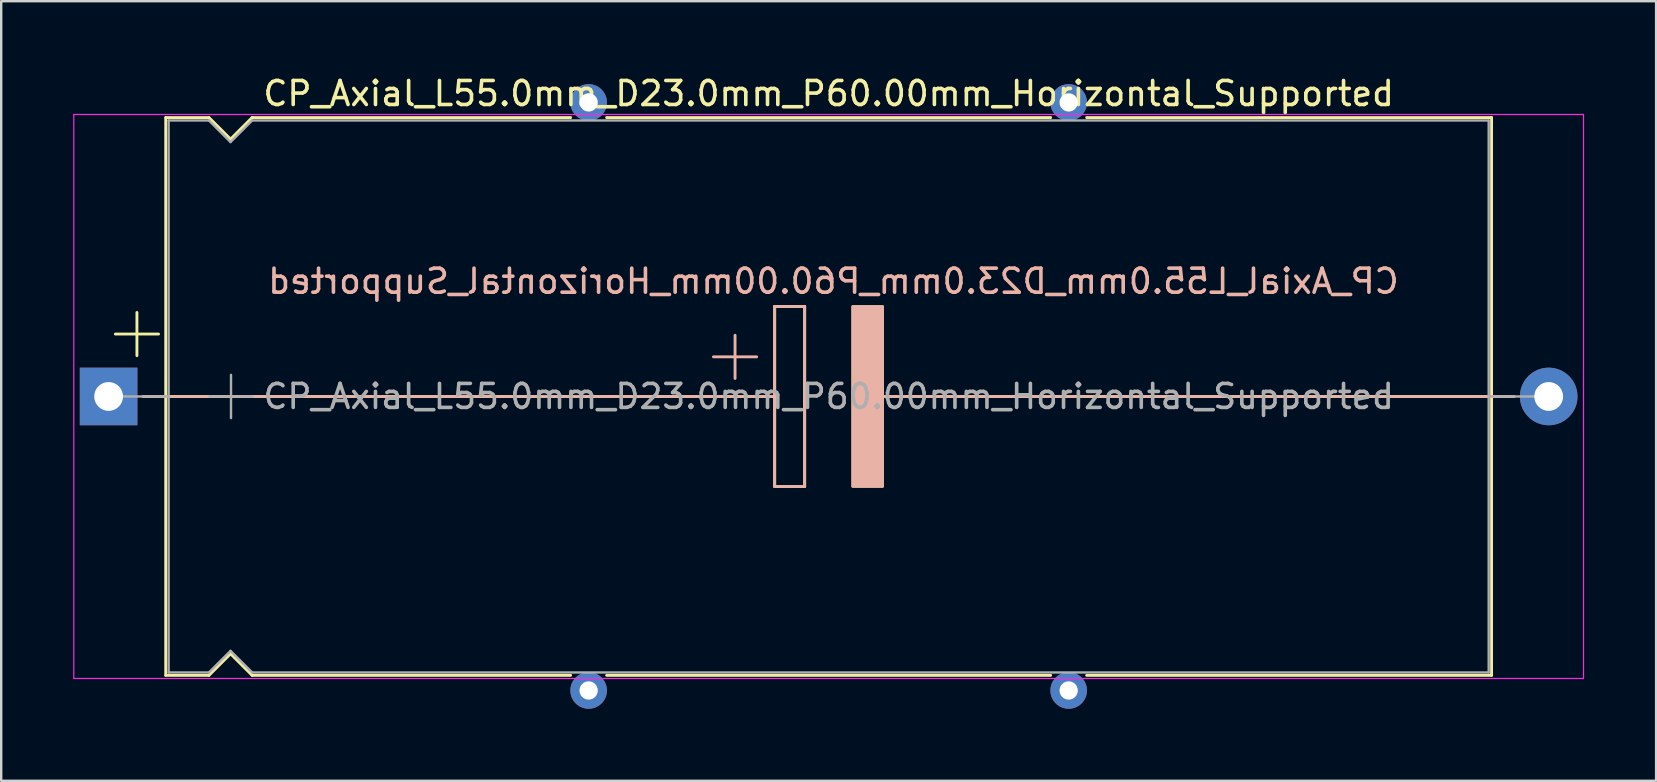
<source format=kicad_pcb>
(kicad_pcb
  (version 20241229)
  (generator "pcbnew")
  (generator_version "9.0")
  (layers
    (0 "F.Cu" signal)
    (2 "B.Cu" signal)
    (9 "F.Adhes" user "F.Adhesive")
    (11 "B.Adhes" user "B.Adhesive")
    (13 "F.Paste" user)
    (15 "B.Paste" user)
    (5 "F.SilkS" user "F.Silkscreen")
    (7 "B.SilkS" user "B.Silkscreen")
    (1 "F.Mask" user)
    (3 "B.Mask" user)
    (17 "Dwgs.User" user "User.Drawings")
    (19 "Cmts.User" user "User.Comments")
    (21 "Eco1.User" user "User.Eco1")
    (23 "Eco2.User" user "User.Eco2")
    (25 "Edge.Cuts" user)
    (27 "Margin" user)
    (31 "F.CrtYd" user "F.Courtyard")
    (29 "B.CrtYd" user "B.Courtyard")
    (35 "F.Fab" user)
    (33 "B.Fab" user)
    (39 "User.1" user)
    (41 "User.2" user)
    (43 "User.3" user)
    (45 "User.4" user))
  (footprint "CP_Axial_L55.0mm_D23.0mm_P60.00mm_Horizontal_Supported"
    (layer "F.Cu")
    (at 1.475 13.468)
    (property "Reference" "CP_Axial_L55.0mm_D23.0mm_P60.00mm_Horizontal_Supported" (at 30 -12.62 0) (layer "F.SilkS") (effects (font (size 1 1) (thickness 0.15))))
    (fp_line (start 0.28 -2.6) (end 2.08 -2.6) (stroke (width 0.12) (type solid)) (layer "F.SilkS"))
    (fp_line (start 1.18 -3.5) (end 1.18 -1.7) (stroke (width 0.12) (type solid)) (layer "F.SilkS"))
    (fp_line (start 1.44 0) (end 2.38 0) (stroke (width 0.12) (type solid)) (layer "F.SilkS"))
    (fp_line (start 2.38 -11.62) (end 2.38 11.62) (stroke (width 0.12) (type solid)) (layer "F.SilkS"))
    (fp_line (start 2.38 -11.62) (end 4.18 -11.62) (stroke (width 0.12) (type solid)) (layer "F.SilkS"))
    (fp_line (start 2.38 0) (end 27.75 0) (stroke (width 0.12) (type solid)) (layer "F.SilkS"))
    (fp_line (start 2.38 11.62) (end 4.18 11.62) (stroke (width 0.12) (type solid)) (layer "F.SilkS"))
    (fp_line (start 4.18 -11.62) (end 5.08 -10.72) (stroke (width 0.12) (type solid)) (layer "F.SilkS"))
    (fp_line (start 4.18 11.62) (end 5.08 10.72) (stroke (width 0.12) (type solid)) (layer "F.SilkS"))
    (fp_line (start 5.08 -10.72) (end 5.98 -11.62) (stroke (width 0.12) (type solid)) (layer "F.SilkS"))
    (fp_line (start 5.08 10.72) (end 5.98 11.62) (stroke (width 0.12) (type solid)) (layer "F.SilkS"))
    (fp_line (start 5.98 -11.62) (end 19.25 -11.62) (stroke (width 0.12) (type solid)) (layer "F.SilkS"))
    (fp_line (start 5.98 11.62) (end 19.25 11.62) (stroke (width 0.12) (type solid)) (layer "F.SilkS"))
    (fp_line (start 20.75 -11.62) (end 39.25 -11.62) (stroke (width 0.12) (type solid)) (layer "F.SilkS"))
    (fp_line (start 20.75 11.62) (end 39.25 11.62) (stroke (width 0.12) (type solid)) (layer "F.SilkS"))
    (fp_line (start 27.75 -3.75) (end 29 -3.75) (stroke (width 0.12) (type solid)) (layer "F.SilkS"))
    (fp_line (start 27.75 0) (end 27.75 -3.75) (stroke (width 0.12) (type solid)) (layer "F.SilkS"))
    (fp_line (start 27.75 3.75) (end 27.75 0) (stroke (width 0.12) (type solid)) (layer "F.SilkS"))
    (fp_line (start 29 -3.75) (end 29 3.75) (stroke (width 0.12) (type solid)) (layer "F.SilkS"))
    (fp_line (start 29 3.75) (end 27.75 3.75) (stroke (width 0.12) (type solid)) (layer "F.SilkS"))
    (fp_line (start 31.75 0) (end 57.62 0) (stroke (width 0.12) (type solid)) (layer "F.SilkS"))
    (fp_line (start 40.75 -11.62) (end 57.62 -11.62) (stroke (width 0.12) (type solid)) (layer "F.SilkS"))
    (fp_line (start 40.75 11.62) (end 57.62 11.62) (stroke (width 0.12) (type solid)) (layer "F.SilkS"))
    (fp_line (start 57.62 -11.62) (end 57.62 11.62) (stroke (width 0.12) (type solid)) (layer "F.SilkS"))
    (fp_line (start 58.56 0) (end 57.62 0) (stroke (width 0.12) (type solid)) (layer "F.SilkS"))
    (fp_poly (pts (xy 32.25 3.75) (xy 31 3.75) (xy 31 -3.75) (xy 32.25 -3.75)) (stroke (width 0.1) (type solid)) (fill yes) (layer "F.SilkS"))
    (fp_line (start 1.45 0) (end 20.88 0) (stroke (width 0.12) (type solid)) (layer "B.SilkS"))
    (fp_line (start 20.88 0) (end 27.75 0) (stroke (width 0.12) (type solid)) (layer "B.SilkS"))
    (fp_line (start 26.1 -2.55) (end 26.1 -0.75) (stroke (width 0.12) (type solid)) (layer "B.SilkS"))
    (fp_line (start 27 -1.65) (end 25.2 -1.65) (stroke (width 0.12) (type solid)) (layer "B.SilkS"))
    (fp_line (start 27.75 -3.75) (end 29 -3.75) (stroke (width 0.12) (type solid)) (layer "B.SilkS"))
    (fp_line (start 27.75 0) (end 27.75 -3.75) (stroke (width 0.12) (type solid)) (layer "B.SilkS"))
    (fp_line (start 27.75 3.75) (end 27.75 0) (stroke (width 0.12) (type solid)) (layer "B.SilkS"))
    (fp_line (start 29 -3.75) (end 29 3.75) (stroke (width 0.12) (type solid)) (layer "B.SilkS"))
    (fp_line (start 29 3.75) (end 27.75 3.75) (stroke (width 0.12) (type solid)) (layer "B.SilkS"))
    (fp_line (start 32.25 0) (end 39.12 0) (stroke (width 0.12) (type solid)) (layer "B.SilkS"))
    (fp_line (start 58.55 0) (end 39.12 0) (stroke (width 0.12) (type solid)) (layer "B.SilkS"))
    (fp_poly (pts (xy 32.25 3.75) (xy 31 3.75) (xy 31 -3.75) (xy 32.25 -3.75)) (stroke (width 0.1) (type solid)) (fill yes) (layer "B.SilkS"))
    (fp_line (start -1.45 -11.75) (end -1.45 11.75) (stroke (width 0.05) (type solid)) (layer "F.CrtYd"))
    (fp_line (start -1.45 11.75) (end 61.45 11.75) (stroke (width 0.05) (type solid)) (layer "F.CrtYd"))
    (fp_line (start 61.45 -11.75) (end -1.45 -11.75) (stroke (width 0.05) (type solid)) (layer "F.CrtYd"))
    (fp_line (start 61.45 11.75) (end 61.45 -11.75) (stroke (width 0.05) (type solid)) (layer "F.CrtYd"))
    (fp_line (start 0 0) (end 2.5 0) (stroke (width 0.1) (type solid)) (layer "F.Fab"))
    (fp_line (start 2.5 -11.5) (end 2.5 11.5) (stroke (width 0.1) (type solid)) (layer "F.Fab"))
    (fp_line (start 2.5 -11.5) (end 4.18 -11.5) (stroke (width 0.1) (type solid)) (layer "F.Fab"))
    (fp_line (start 2.5 11.5) (end 4.18 11.5) (stroke (width 0.1) (type solid)) (layer "F.Fab"))
    (fp_line (start 4.18 -11.5) (end 5.08 -10.6) (stroke (width 0.1) (type solid)) (layer "F.Fab"))
    (fp_line (start 4.18 11.5) (end 5.08 10.6) (stroke (width 0.1) (type solid)) (layer "F.Fab"))
    (fp_line (start 4.2 0) (end 6 0) (stroke (width 0.1) (type solid)) (layer "F.Fab"))
    (fp_line (start 5.08 -10.6) (end 5.98 -11.5) (stroke (width 0.1) (type solid)) (layer "F.Fab"))
    (fp_line (start 5.08 10.6) (end 5.98 11.5) (stroke (width 0.1) (type solid)) (layer "F.Fab"))
    (fp_line (start 5.1 -0.9) (end 5.1 0.9) (stroke (width 0.1) (type solid)) (layer "F.Fab"))
    (fp_line (start 5.98 -11.5) (end 57.5 -11.5) (stroke (width 0.1) (type solid)) (layer "F.Fab"))
    (fp_line (start 5.98 11.5) (end 57.5 11.5) (stroke (width 0.1) (type solid)) (layer "F.Fab"))
    (fp_line (start 57.5 -11.5) (end 57.5 11.5) (stroke (width 0.1) (type solid)) (layer "F.Fab"))
    (fp_line (start 60 0) (end 57.5 0) (stroke (width 0.1) (type solid)) (layer "F.Fab"))
    (fp_text user "${REFERENCE}" (at 30.2 -4.8 0) (layer "B.SilkS") (effects (font (size 1 1) (thickness 0.15)) (justify mirror)))
    (fp_text user "${REFERENCE}" (at 30 0 0) (layer "F.Fab") (effects (font (size 1 1) (thickness 0.15))))
    (pad "" thru_hole circle (at 20 -12.25) (size 1.524 1.524) (drill 0.762) (layers "*.Cu" "*.Mask"))
    (pad "" thru_hole circle (at 20 12.25) (size 1.524 1.524) (drill 0.762) (layers "*.Cu" "*.Mask"))
    (pad "" thru_hole circle (at 40 -12.25) (size 1.524 1.524) (drill 0.762) (layers "*.Cu" "*.Mask"))
    (pad "" thru_hole circle (at 40 12.25) (size 1.524 1.524) (drill 0.762) (layers "*.Cu" "*.Mask"))
    (pad "1" thru_hole rect (at 0 0) (size 2.4 2.4) (drill 1.2) (layers "*.Cu" "*.Mask"))
    (pad "2" thru_hole oval (at 60 0) (size 2.4 2.4) (drill 1.2) (layers "*.Cu" "*.Mask")))
  (gr_rect
    (start -3 -3)
    (end 65.95 29.48)
    (stroke (width 0.1) (type default))
    (fill no)
    (layer "Edge.Cuts")))
</source>
